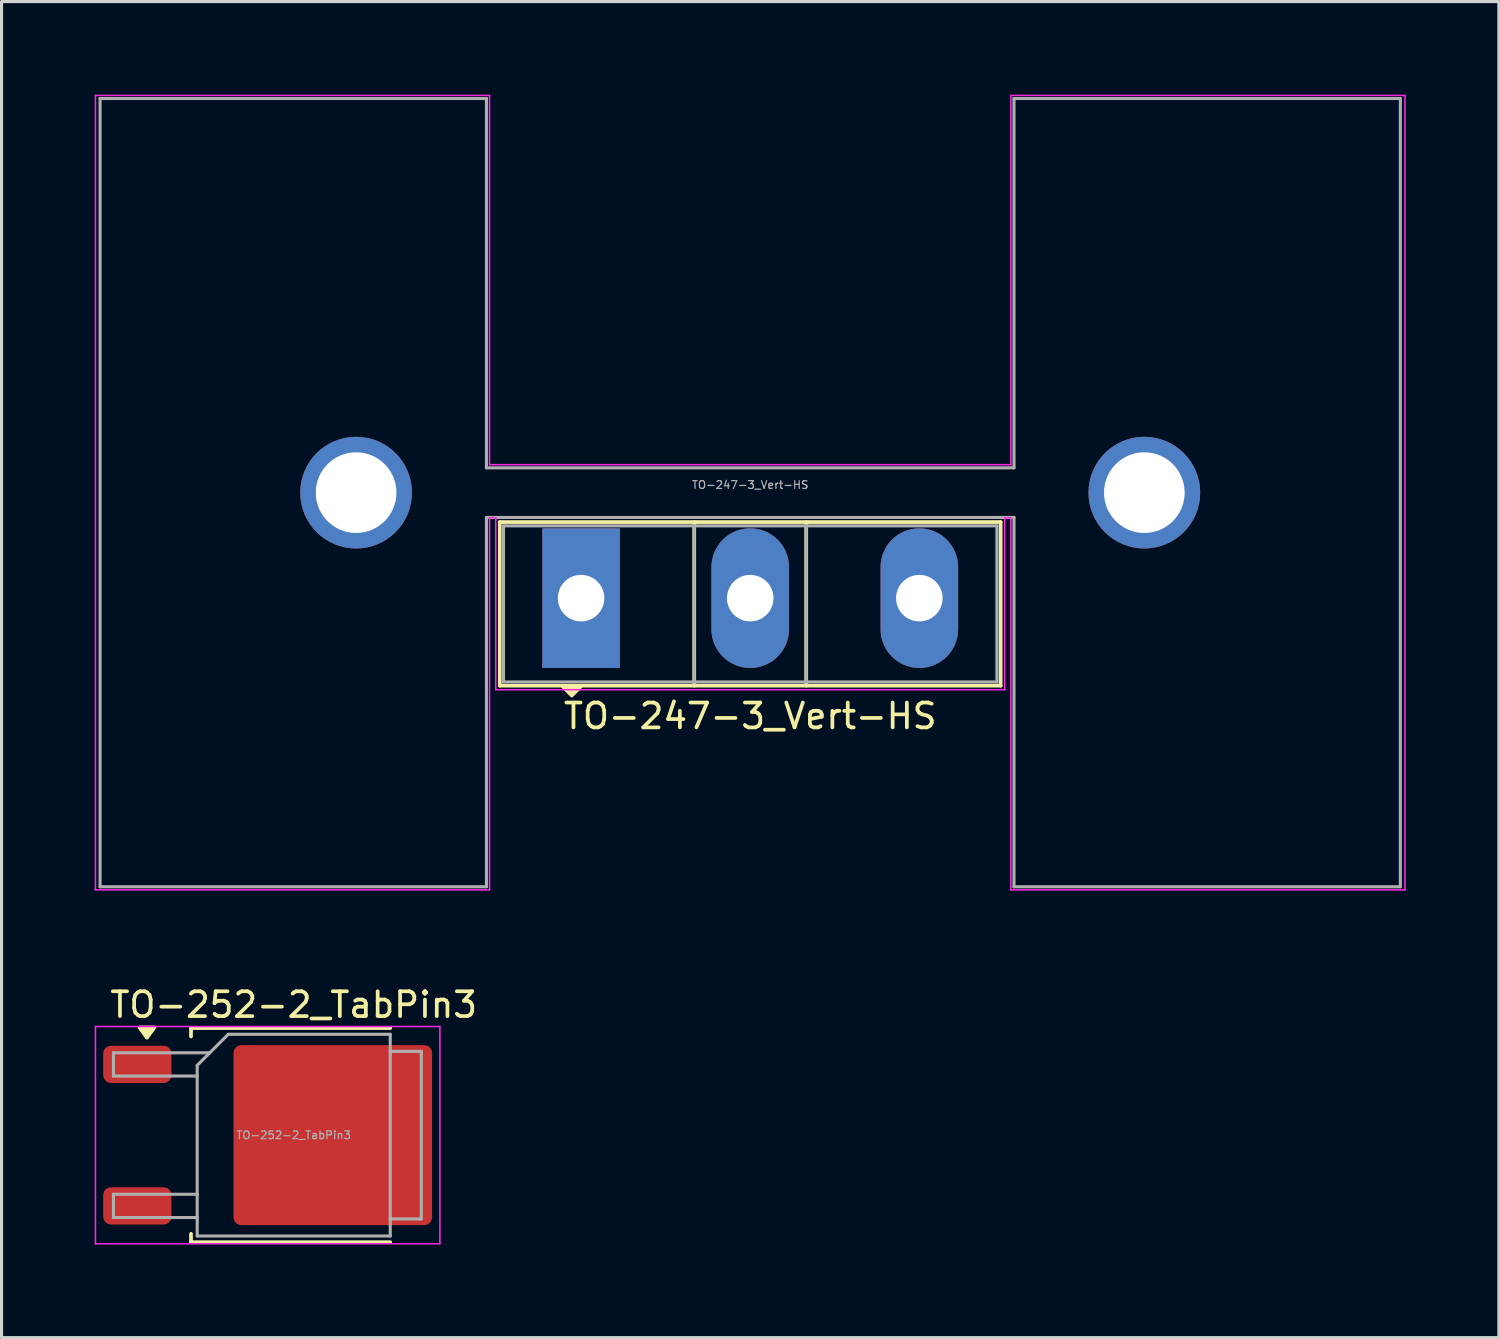
<source format=kicad_pcb>
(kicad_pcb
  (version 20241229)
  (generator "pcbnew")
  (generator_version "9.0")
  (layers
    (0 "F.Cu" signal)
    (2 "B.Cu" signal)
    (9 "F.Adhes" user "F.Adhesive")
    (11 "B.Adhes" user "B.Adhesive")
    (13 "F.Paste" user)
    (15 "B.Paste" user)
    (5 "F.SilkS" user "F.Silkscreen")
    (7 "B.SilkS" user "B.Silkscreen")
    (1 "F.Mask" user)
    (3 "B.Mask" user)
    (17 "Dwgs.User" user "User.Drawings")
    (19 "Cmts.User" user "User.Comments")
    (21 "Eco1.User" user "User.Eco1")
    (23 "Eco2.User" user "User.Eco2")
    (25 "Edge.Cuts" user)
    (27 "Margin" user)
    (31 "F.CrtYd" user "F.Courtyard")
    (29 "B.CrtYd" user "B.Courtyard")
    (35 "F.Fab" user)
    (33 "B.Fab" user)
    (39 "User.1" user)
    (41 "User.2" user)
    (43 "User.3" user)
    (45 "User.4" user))
  (footprint "TO-252-2_TabPin3"
    (layer "F.Cu")
    (at 6.415 33.529)
    (property "Reference" "TO-252-2_TabPin3" (at 0 -4.2 0) (layer "F.SilkS") (effects (font (size 0.8 0.8) (thickness 0.12))))
    (attr smd)
    (fp_line (start -3.31 -3.45) (end -3.31 -3.18) (stroke (width 0.12) (type solid)) (layer "F.SilkS"))
    (fp_line (start -3.31 3.45) (end -3.31 3.18) (stroke (width 0.12) (type solid)) (layer "F.SilkS"))
    (fp_line (start 3.11 -3.45) (end -3.31 -3.45) (stroke (width 0.12) (type solid)) (layer "F.SilkS"))
    (fp_line (start 3.11 3.45) (end -3.31 3.45) (stroke (width 0.12) (type solid)) (layer "F.SilkS"))
    (fp_poly (pts (xy -4.73 -3.14) (xy -4.97 -3.47) (xy -4.49 -3.47) (xy -4.73 -3.14)) (stroke (width 0.12) (type solid)) (fill yes) (layer "F.SilkS"))
    (fp_rect (start -0.1 -2.4) (end 3.5 2.4) (stroke (width 0) (type solid)) (fill yes) (layer "F.Paste"))
    (fp_line (start -6.39 -3.5) (end -6.39 3.5) (stroke (width 0.05) (type solid)) (layer "F.CrtYd"))
    (fp_line (start -6.39 3.5) (end 4.71 3.5) (stroke (width 0.05) (type solid)) (layer "F.CrtYd"))
    (fp_line (start 4.71 -3.5) (end -6.39 -3.5) (stroke (width 0.05) (type solid)) (layer "F.CrtYd"))
    (fp_line (start 4.71 3.5) (end 4.71 -3.5) (stroke (width 0.05) (type solid)) (layer "F.CrtYd"))
    (fp_line (start -5.81 -2.655) (end -5.81 -1.905) (stroke (width 0.1) (type solid)) (layer "F.Fab"))
    (fp_line (start -5.81 -1.905) (end -3.11 -1.905) (stroke (width 0.1) (type solid)) (layer "F.Fab"))
    (fp_line (start -5.81 1.905) (end -5.81 2.655) (stroke (width 0.1) (type solid)) (layer "F.Fab"))
    (fp_line (start -5.81 2.655) (end -3.11 2.655) (stroke (width 0.1) (type solid)) (layer "F.Fab"))
    (fp_line (start -3.11 -2.25) (end -2.11 -3.25) (stroke (width 0.1) (type solid)) (layer "F.Fab"))
    (fp_line (start -3.11 1.905) (end -5.81 1.905) (stroke (width 0.1) (type solid)) (layer "F.Fab"))
    (fp_line (start -3.11 3.25) (end -3.11 -2.25) (stroke (width 0.1) (type solid)) (layer "F.Fab"))
    (fp_line (start -2.705 -2.655) (end -5.81 -2.655) (stroke (width 0.1) (type solid)) (layer "F.Fab"))
    (fp_line (start -2.11 -3.25) (end 3.11 -3.25) (stroke (width 0.1) (type solid)) (layer "F.Fab"))
    (fp_line (start 3.11 -3.25) (end 3.11 3.25) (stroke (width 0.1) (type solid)) (layer "F.Fab"))
    (fp_line (start 3.11 -2.7) (end 4.11 -2.7) (stroke (width 0.1) (type solid)) (layer "F.Fab"))
    (fp_line (start 3.11 3.25) (end -3.11 3.25) (stroke (width 0.1) (type solid)) (layer "F.Fab"))
    (fp_line (start 4.11 -2.7) (end 4.11 2.7) (stroke (width 0.1) (type solid)) (layer "F.Fab"))
    (fp_line (start 4.11 2.7) (end 3.11 2.7) (stroke (width 0.1) (type solid)) (layer "F.Fab"))
    (fp_text user "${REFERENCE}" (at 0 0 0) (layer "F.Fab") (effects (font (size 0.25 0.25) (thickness 0.04))))
    (pad "1" smd roundrect (at -5.04 -2.28) (size 2.2 1.2) (layers "F.Cu" "F.Mask" "F.Paste") (roundrect_rratio 0.208))
    (pad "2" smd roundrect (at -5.04 2.28) (size 2.2 1.2) (layers "F.Cu" "F.Mask" "F.Paste") (roundrect_rratio 0.208))
    (pad "3" smd roundrect (at 1.26 0) (size 6.4 5.8) (layers "F.Cu" "F.Mask") (roundrect_rratio 0.043)))
  (footprint "TO-247-3_Vert-HS"
    (layer "F.Cu")
    (at 21.125 16.225)
    (property "Reference" "TO-247-3_Vert-HS" (at 0 3.8 0) (layer "F.SilkS") (effects (font (size 0.8 0.8) (thickness 0.12))))
    (attr through_hole)
    (fp_line (start -8.07 -2.451) (end -8.07 2.82) (stroke (width 0.12) (type solid)) (layer "F.SilkS"))
    (fp_line (start -8.07 -2.451) (end 8.07 -2.451) (stroke (width 0.12) (type solid)) (layer "F.SilkS"))
    (fp_line (start -8.07 2.82) (end 8.07 2.82) (stroke (width 0.12) (type solid)) (layer "F.SilkS"))
    (fp_line (start -1.804 -2.451) (end -1.804 2.82) (stroke (width 0.12) (type solid)) (layer "F.SilkS"))
    (fp_line (start 1.805 -2.451) (end 1.805 2.82) (stroke (width 0.12) (type solid)) (layer "F.SilkS"))
    (fp_line (start 8.07 -2.451) (end 8.07 2.82) (stroke (width 0.12) (type solid)) (layer "F.SilkS"))
    (fp_poly (pts (xy -5.45 2.85) (xy -5.75 3.15) (xy -6.05 2.85)) (stroke (width 0.1) (type solid)) (fill yes) (layer "F.SilkS"))
    (fp_line (start -21.1 -16.2) (end -21.1 9.4) (stroke (width 0.05) (type solid)) (layer "F.CrtYd"))
    (fp_line (start -21.1 9.4) (end -8.4 9.4) (stroke (width 0.05) (type solid)) (layer "F.CrtYd"))
    (fp_line (start -8.4 -16.2) (end -21.1 -16.2) (stroke (width 0.05) (type solid)) (layer "F.CrtYd"))
    (fp_line (start -8.4 -4.3) (end -8.4 -16.2) (stroke (width 0.05) (type solid)) (layer "F.CrtYd"))
    (fp_line (start -8.4 -2.59) (end -8.2 -2.59) (stroke (width 0.05) (type solid)) (layer "F.CrtYd"))
    (fp_line (start -8.4 9.4) (end -8.4 -2.59) (stroke (width 0.05) (type solid)) (layer "F.CrtYd"))
    (fp_line (start -8.2 -2.59) (end -8.2 2.95) (stroke (width 0.05) (type solid)) (layer "F.CrtYd"))
    (fp_line (start -8.2 2.95) (end 8.2 2.95) (stroke (width 0.05) (type solid)) (layer "F.CrtYd"))
    (fp_line (start 8.2 -2.59) (end 8.4 -2.59) (stroke (width 0.05) (type solid)) (layer "F.CrtYd"))
    (fp_line (start 8.2 2.95) (end 8.2 -2.59) (stroke (width 0.05) (type solid)) (layer "F.CrtYd"))
    (fp_line (start 8.4 -16.2) (end 8.4 -4.3) (stroke (width 0.05) (type solid)) (layer "F.CrtYd"))
    (fp_line (start 8.4 -4.3) (end -8.4 -4.3) (stroke (width 0.05) (type solid)) (layer "F.CrtYd"))
    (fp_line (start 8.4 -2.59) (end 8.4 9.4) (stroke (width 0.05) (type solid)) (layer "F.CrtYd"))
    (fp_line (start 8.4 9.4) (end 21.1 9.4) (stroke (width 0.05) (type solid)) (layer "F.CrtYd"))
    (fp_line (start 21.1 -16.2) (end 8.4 -16.2) (stroke (width 0.05) (type solid)) (layer "F.CrtYd"))
    (fp_line (start 21.1 9.4) (end 21.1 -16.2) (stroke (width 0.05) (type solid)) (layer "F.CrtYd"))
    (fp_line (start -20.95 -16.1) (end -20.95 9.3) (stroke (width 0.1) (type solid)) (layer "F.Fab"))
    (fp_line (start -8.5 -16.1) (end -20.95 -16.1) (stroke (width 0.1) (type solid)) (layer "F.Fab"))
    (fp_line (start -8.5 -4.2) (end -8.5 -16.1) (stroke (width 0.1) (type solid)) (layer "F.Fab"))
    (fp_line (start -8.5 -4.2) (end 8.5 -4.2) (stroke (width 0.1) (type solid)) (layer "F.Fab"))
    (fp_line (start -8.5 -2.6) (end -8.5 9.3) (stroke (width 0.1) (type solid)) (layer "F.Fab"))
    (fp_line (start -8.5 -2.6) (end 8.5 -2.6) (stroke (width 0.1) (type solid)) (layer "F.Fab"))
    (fp_line (start -8.5 9.3) (end -20.95 9.3) (stroke (width 0.1) (type solid)) (layer "F.Fab"))
    (fp_line (start -7.95 -2.33) (end -7.95 2.7) (stroke (width 0.1) (type solid)) (layer "F.Fab"))
    (fp_line (start -7.95 2.7) (end 7.95 2.7) (stroke (width 0.1) (type solid)) (layer "F.Fab"))
    (fp_line (start -1.805 -2.33) (end -1.805 2.7) (stroke (width 0.1) (type solid)) (layer "F.Fab"))
    (fp_line (start 1.805 -2.33) (end 1.805 2.7) (stroke (width 0.1) (type solid)) (layer "F.Fab"))
    (fp_line (start 7.95 -2.33) (end -7.95 -2.33) (stroke (width 0.1) (type solid)) (layer "F.Fab"))
    (fp_line (start 7.95 2.7) (end 7.95 -2.33) (stroke (width 0.1) (type solid)) (layer "F.Fab"))
    (fp_line (start 8.5 -16.1) (end 20.95 -16.1) (stroke (width 0.1) (type solid)) (layer "F.Fab"))
    (fp_line (start 8.5 -4.2) (end 8.5 -16.1) (stroke (width 0.1) (type solid)) (layer "F.Fab"))
    (fp_line (start 8.5 -2.6) (end 8.5 9.3) (stroke (width 0.1) (type solid)) (layer "F.Fab"))
    (fp_line (start 8.5 9.3) (end 20.95 9.3) (stroke (width 0.1) (type solid)) (layer "F.Fab"))
    (fp_line (start 20.95 -16.1) (end 20.95 9.3) (stroke (width 0.1) (type solid)) (layer "F.Fab"))
    (fp_line (start 0 -2.6) (end 0 -4.2) (stroke (width 0.12) (type solid)) (layer "User.9"))
    (fp_text user "${REFERENCE}" (at 0 -3.65 0) (layer "F.Fab") (effects (font (size 0.25 0.25) (thickness 0.04))))
    (pad "1" thru_hole rect (at -5.45 0) (size 2.5 4.5) (drill 1.5) (layers "*.Cu" "*.Mask"))
    (pad "2" thru_hole circle (at -12.7 -3.4) (size 3.6 3.6) (drill 2.6) (layers "*.Cu" "*.Mask"))
    (pad "2" thru_hole oval (at 0 0) (size 2.5 4.5) (drill 1.5) (layers "*.Cu" "*.Mask"))
    (pad "2" thru_hole circle (at 12.7 -3.4) (size 3.6 3.6) (drill 2.6) (layers "*.Cu" "*.Mask"))
    (pad "3" thru_hole oval (at 5.45 0) (size 2.5 4.5) (drill 1.5) (layers "*.Cu" "*.Mask")))
  (gr_rect
    (start -3 -3)
    (end 45.25 40.054)
    (stroke (width 0.1) (type default))
    (fill no)
    (layer "Edge.Cuts")))
</source>
